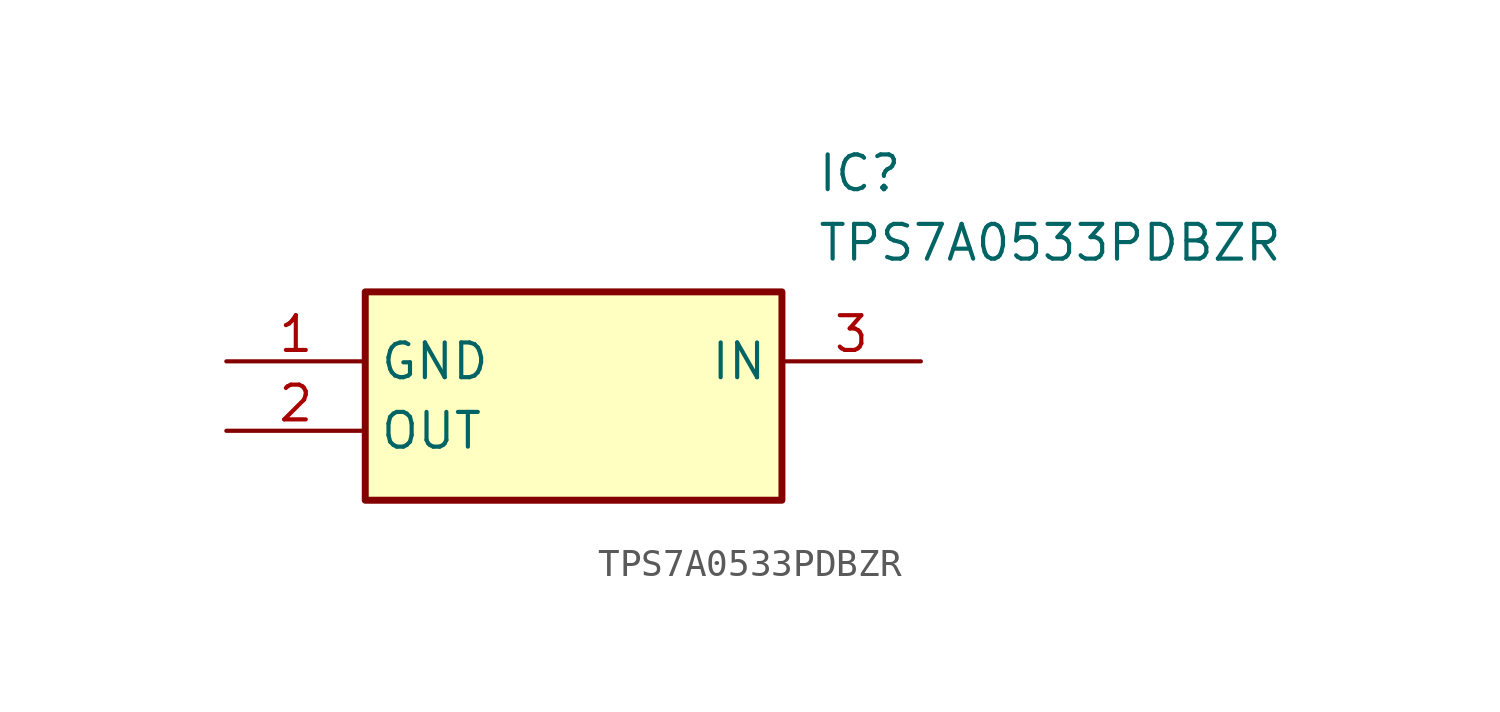
<source format=kicad_sym>
(kicad_symbol_lib
  (version 20211014)
  (generator SamacSys_ECAD_Model)
  (symbol "TPS7A0533PDBZR"
    (property "Reference" "IC"
      (at 21.59 7.62 0)
      (effects (font (size 1.27 1.27)) (justify left top)))
    (property "Value" "TPS7A0533PDBZR"
      (at 21.59 5.08 0)
      (effects (font (size 1.27 1.27)) (justify left top)))
    (rectangle
      (start 5.08 2.54)
      (end 20.32 -5.08)
      (stroke (width 0.254) (type default))
      (fill (type background)))
    (pin power_in line
      (at 0 0 0)
      (length 5.08)
      (name "GND" (effects (font (size 1.27 1.27))))
      (number "1" (effects (font (size 1.27 1.27)))))
    (pin output line
      (at 0 -2.54 0)
      (length 5.08)
      (name "OUT" (effects (font (size 1.27 1.27))))
      (number "2" (effects (font (size 1.27 1.27)))))
    (pin input line
      (at 25.4 0 180)
      (length 5.08)
      (name "IN" (effects (font (size 1.27 1.27))))
      (number "3" (effects (font (size 1.27 1.27)))))))
</source>
